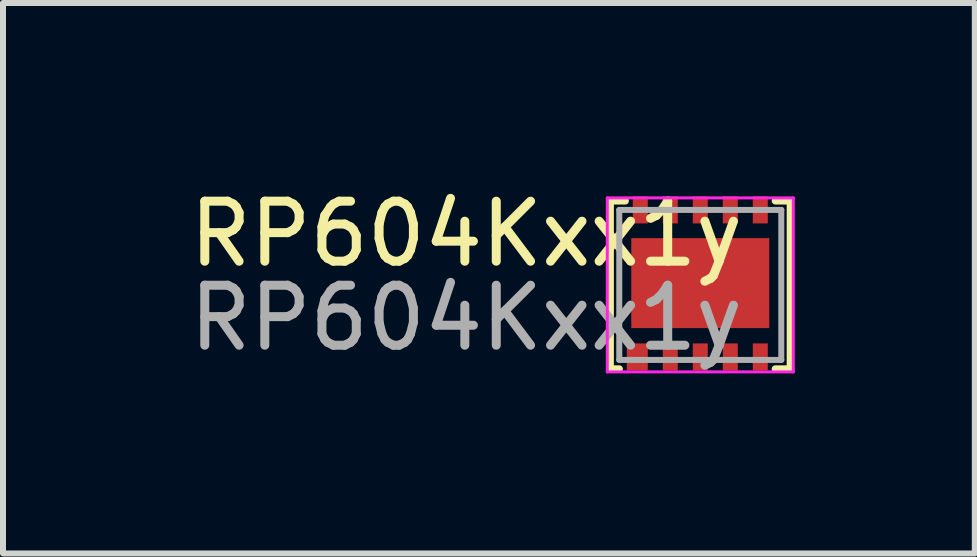
<source format=kicad_pcb>
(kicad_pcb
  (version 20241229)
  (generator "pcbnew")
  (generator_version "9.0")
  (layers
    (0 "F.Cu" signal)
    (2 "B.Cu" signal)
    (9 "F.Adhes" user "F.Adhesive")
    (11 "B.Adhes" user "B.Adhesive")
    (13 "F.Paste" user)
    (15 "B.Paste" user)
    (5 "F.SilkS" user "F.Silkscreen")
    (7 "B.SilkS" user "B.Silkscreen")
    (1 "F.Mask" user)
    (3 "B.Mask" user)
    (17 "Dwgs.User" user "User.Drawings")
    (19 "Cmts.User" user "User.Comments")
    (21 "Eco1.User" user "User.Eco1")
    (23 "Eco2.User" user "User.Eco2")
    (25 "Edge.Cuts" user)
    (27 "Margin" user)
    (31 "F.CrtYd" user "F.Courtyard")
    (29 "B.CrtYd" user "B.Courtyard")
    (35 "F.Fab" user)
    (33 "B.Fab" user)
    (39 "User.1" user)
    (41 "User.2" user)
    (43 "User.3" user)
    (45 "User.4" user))
  (footprint "RP604Kxx1y"
    (layer "F.Cu")
    (at 8.62 1.648)
    (property "Reference" "RP604Kxx1y" (at -3.9 -0.8 0) (unlocked yes) (layer "F.SilkS") (effects (font (size 1 1) (thickness 0.15))))
    (attr smd)
    (fp_line (start -1.5 -1.35) (end -1.5 1.45) (stroke (width 0.12) (type solid)) (layer "F.SilkS"))
    (fp_line (start -1.5 1.45) (end -1.35 1.45) (stroke (width 0.12) (type solid)) (layer "F.SilkS"))
    (fp_line (start -1.25 -1.35) (end -1.5 -1.35) (stroke (width 0.12) (type solid)) (layer "F.SilkS"))
    (fp_line (start 1.25 1.45) (end 1.5 1.45) (stroke (width 0.12) (type solid)) (layer "F.SilkS"))
    (fp_line (start 1.5 -1.35) (end 1.25 -1.35) (stroke (width 0.12) (type solid)) (layer "F.SilkS"))
    (fp_line (start 1.5 1.45) (end 1.5 -1.35) (stroke (width 0.12) (type solid)) (layer "F.SilkS"))
    (fp_line (start -1.55 -1.4) (end 1.55 -1.4) (stroke (width 0.05) (type solid)) (layer "F.CrtYd"))
    (fp_line (start -1.55 1.5) (end -1.55 -1.4) (stroke (width 0.05) (type solid)) (layer "F.CrtYd"))
    (fp_line (start 1.55 -1.4) (end 1.55 1.5) (stroke (width 0.05) (type solid)) (layer "F.CrtYd"))
    (fp_line (start 1.55 1.5) (end -1.55 1.5) (stroke (width 0.05) (type solid)) (layer "F.CrtYd"))
    (fp_line (start -1.35 -1.2) (end -1.35 1.3) (stroke (width 0.1) (type solid)) (layer "F.Fab"))
    (fp_line (start -1.35 1.3) (end 1.35 1.3) (stroke (width 0.1) (type solid)) (layer "F.Fab"))
    (fp_line (start 1.35 -1.2) (end -1.35 -1.2) (stroke (width 0.1) (type solid)) (layer "F.Fab"))
    (fp_line (start 1.35 1.3) (end 1.35 -1.2) (stroke (width 0.1) (type solid)) (layer "F.Fab"))
    (fp_text user "${REFERENCE}" (at -3.9 0.6 0) (unlocked yes) (layer "F.Fab") (effects (font (size 1 1) (thickness 0.15))))
    (pad "1" smd rect (at -1.05 1.25 90) (size 0.45 0.35) (layers "F.Cu" "F.Mask" "F.Paste"))
    (pad "2" smd rect (at -0.5 1.25 90) (size 0.45 0.25) (layers "F.Cu" "F.Mask" "F.Paste"))
    (pad "3" smd rect (at 0 1.25 90) (size 0.45 0.25) (layers "F.Cu" "F.Mask" "F.Paste"))
    (pad "4" smd rect (at 0.5 1.25 90) (size 0.45 0.25) (layers "F.Cu" "F.Mask" "F.Paste"))
    (pad "5" smd rect (at 1 1.25 90) (size 0.45 0.25) (layers "F.Cu" "F.Mask" "F.Paste"))
    (pad "6" smd rect (at 1 -1.2 90) (size 0.45 0.25) (layers "F.Cu" "F.Mask" "F.Paste"))
    (pad "7" smd rect (at 0.5 -1.2 90) (size 0.45 0.25) (layers "F.Cu" "F.Mask" "F.Paste"))
    (pad "8" smd rect (at 0 -1.2 90) (size 0.45 0.25) (layers "F.Cu" "F.Mask" "F.Paste"))
    (pad "9" smd rect (at -0.5 -1.2 90) (size 0.45 0.25) (layers "F.Cu" "F.Mask" "F.Paste"))
    (pad "10" smd rect (at -1 -1.2 90) (size 0.45 0.25) (layers "F.Cu" "F.Mask" "F.Paste"))
    (pad "11" smd rect (at 0 0.02 90) (size 1.5 2.3) (layers "F.Cu" "F.Mask" "F.Paste")))
  (gr_rect
    (start -3 -3)
    (end 13.195 6.173)
    (stroke (width 0.1) (type default))
    (fill no)
    (layer "Edge.Cuts")))
</source>
